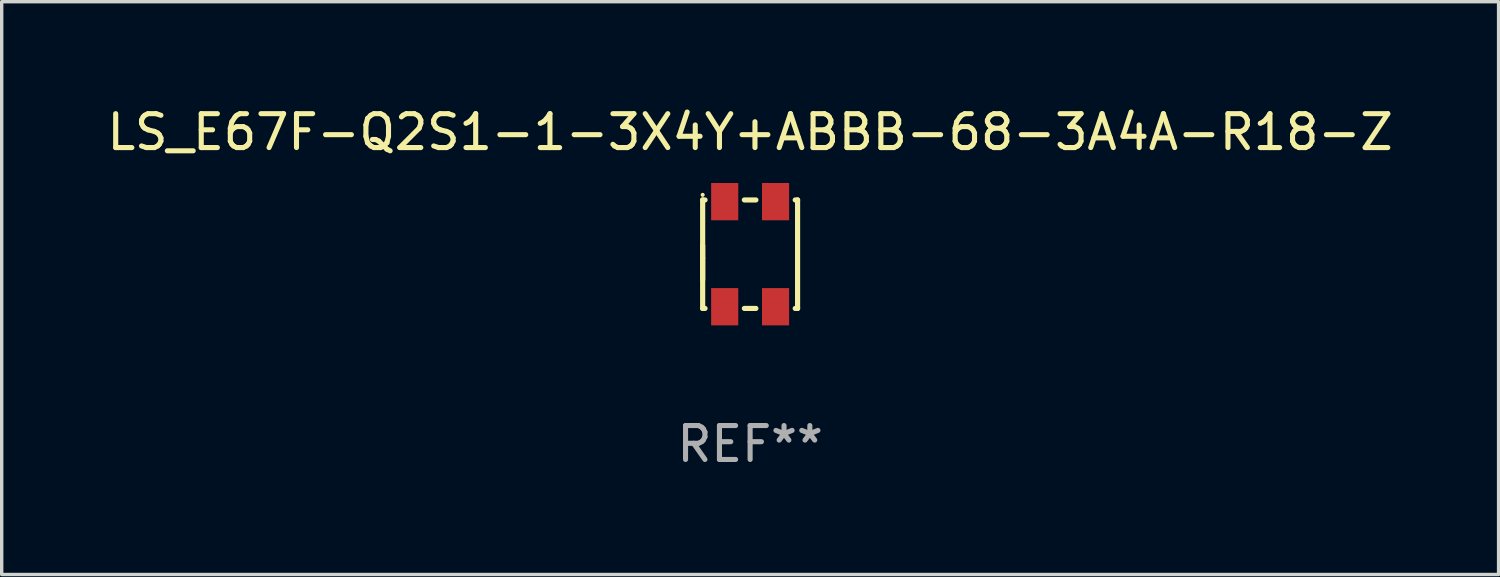
<source format=kicad_pcb>
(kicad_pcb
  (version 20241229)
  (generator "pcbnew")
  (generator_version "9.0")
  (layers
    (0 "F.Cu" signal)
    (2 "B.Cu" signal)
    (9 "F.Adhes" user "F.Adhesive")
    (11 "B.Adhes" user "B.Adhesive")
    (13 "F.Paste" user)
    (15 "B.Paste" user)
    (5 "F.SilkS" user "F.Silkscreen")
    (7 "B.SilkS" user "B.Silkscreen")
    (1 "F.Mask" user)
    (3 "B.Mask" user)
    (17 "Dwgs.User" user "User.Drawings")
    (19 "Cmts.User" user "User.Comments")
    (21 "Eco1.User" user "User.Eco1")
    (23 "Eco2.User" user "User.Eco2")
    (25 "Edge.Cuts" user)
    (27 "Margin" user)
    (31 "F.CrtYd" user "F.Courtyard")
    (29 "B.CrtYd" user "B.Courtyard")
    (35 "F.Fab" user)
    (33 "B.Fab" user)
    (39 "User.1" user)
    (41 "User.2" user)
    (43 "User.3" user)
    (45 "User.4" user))
  (footprint "LS_E67F-Q2S1-1-3X4Y+ABBB-68-3A4A-R18-Z"
    (layer "F.Cu")
    (at 19.077 4.448)
    (property "Reference" "LS_E67F-Q2S1-1-3X4Y+ABBB-68-3A4A-R18-Z" (at 0 -3.6 0) (layer "F.SilkS") (effects (font (size 1 1) (thickness 0.15))))
    (attr through_hole)
    (fp_line (start -1.4 0.121) (end -1.4 -0.255) (stroke (width 0.152) (type solid)) (layer "F.SilkS"))
    (fp_line (start -1.4 0.751) (end -1.4 0.121) (stroke (width 0.152) (type solid)) (layer "F.SilkS"))
    (fp_line (start -1.4 -1.6) (end -1.4 1.6) (stroke (width 0.152) (type solid)) (layer "F.SilkS"))
    (fp_line (start -1.4 1.6) (end -1.33 1.6) (stroke (width 0.152) (type solid)) (layer "F.SilkS"))
    (fp_line (start -1.33 -1.6) (end -1.4 -1.6) (stroke (width 0.152) (type solid)) (layer "F.SilkS"))
    (fp_line (start -0.17 1.6) (end 0.17 1.6) (stroke (width 0.152) (type solid)) (layer "F.SilkS"))
    (fp_line (start 0.17 -1.6) (end -0.17 -1.6) (stroke (width 0.152) (type solid)) (layer "F.SilkS"))
    (fp_line (start 1.33 1.6) (end 1.4 1.6) (stroke (width 0.152) (type solid)) (layer "F.SilkS"))
    (fp_line (start 1.4 -1.6) (end 1.33 -1.6) (stroke (width 0.152) (type solid)) (layer "F.SilkS"))
    (fp_line (start 1.4 1.6) (end 1.4 -1.6) (stroke (width 0.152) (type solid)) (layer "F.SilkS"))
    (fp_circle (center -1.4 -1.75) (end -1.37 -1.75) (stroke (width 0.06) (type solid)) (fill no) (layer "F.SilkS"))
    (fp_text user "REF**" (at 0 5.6 0) (layer "F.Fab") (effects (font (size 1 1) (thickness 0.15))))
    (pad "1" smd rect (at -0.75 -1.55) (size 0.8 1.1) (layers "F.Cu" "F.Mask" "F.Paste"))
    (pad "2" smd rect (at 0.75 -1.55) (size 0.8 1.1) (layers "F.Cu" "F.Mask" "F.Paste"))
    (pad "3" smd rect (at 0.75 1.55) (size 0.8 1.1) (layers "F.Cu" "F.Mask" "F.Paste"))
    (pad "4" smd rect (at -0.75 1.55) (size 0.8 1.1) (layers "F.Cu" "F.Mask" "F.Paste")))
  (gr_rect
    (start -3 -3)
    (end 41.155 13.896)
    (stroke (width 0.1) (type default))
    (fill no)
    (layer "Edge.Cuts")))
</source>
